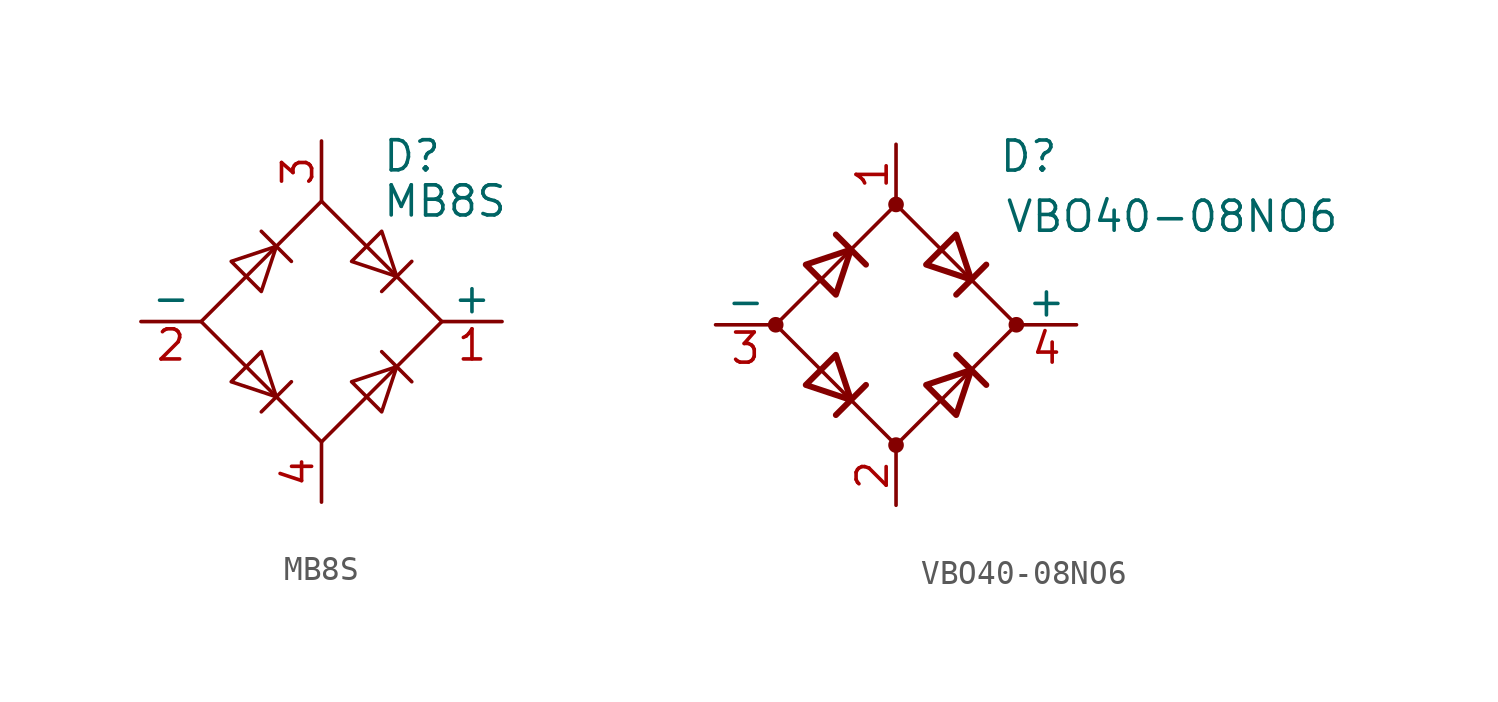
<source format=kicad_sym>
(kicad_symbol_lib
  (version 20241209)
  (generator "kicad_symbol_editor")
  (generator_version "9.0")
  (symbol "MB8S"
    (pin_names
      (offset 0))
    (property "Reference" "D"
      (at 2.54 6.985 0)
      (effects (font (size 1.27 1.27)) (justify left)))
    (property "Value" "MB8S"
      (at 2.54 5.08 0)
      (effects (font (size 1.27 1.27)) (justify left)))
    (symbol "MB8S_0_1"
      (polyline (pts (xy -5.08 0) (xy 0 -5.08) (xy 5.08 0) (xy 0 5.08) (xy -5.08 0)) (stroke (width 0) (type default)) (fill (type none)))
      (polyline (pts (xy -3.81 2.54) (xy -2.54 1.27) (xy -1.905 3.175) (xy -3.81 2.54)) (stroke (width 0) (type default)) (fill (type none)))
      (polyline (pts (xy -2.54 3.81) (xy -1.27 2.54)) (stroke (width 0) (type default)) (fill (type none)))
      (polyline (pts (xy -2.54 -1.27) (xy -3.81 -2.54) (xy -1.905 -3.175) (xy -2.54 -1.27)) (stroke (width 0) (type default)) (fill (type none)))
      (polyline (pts (xy -1.27 -2.54) (xy -2.54 -3.81)) (stroke (width 0) (type default)) (fill (type none)))
      (polyline (pts (xy 1.27 2.54) (xy 2.54 3.81) (xy 3.175 1.905) (xy 1.27 2.54)) (stroke (width 0) (type default)) (fill (type none)))
      (polyline (pts (xy 2.54 1.27) (xy 3.81 2.54)) (stroke (width 0) (type default)) (fill (type none)))
      (polyline (pts (xy 2.54 -1.27) (xy 3.81 -2.54)) (stroke (width 0) (type default)) (fill (type none)))
      (polyline (pts (xy 3.175 -1.905) (xy 1.27 -2.54) (xy 2.54 -3.81) (xy 3.175 -1.905)) (stroke (width 0) (type default)) (fill (type none))))
    (symbol "MB8S_1_1"
      (pin passive line (at -7.62 0 0) (length 2.54) (name "-" (effects (font (size 1.27 1.27)))) (number "2" (effects (font (size 1.27 1.27)))))
      (pin passive line (at 0 7.62 270) (length 2.54) (name "~" (effects (font (size 1.27 1.27)))) (number "3" (effects (font (size 1.27 1.27)))))
      (pin passive line (at 0 -7.62 90) (length 2.54) (name "~" (effects (font (size 1.27 1.27)))) (number "4" (effects (font (size 1.27 1.27)))))
      (pin passive line (at 7.62 0 180) (length 2.54) (name "+" (effects (font (size 1.27 1.27)))) (number "1" (effects (font (size 1.27 1.27)))))))
  (symbol "VBO40-08NO6"
    (pin_names
      (offset 0))
    (property "Reference" "D"
      (at 4.318 7.112 0)
      (effects (font (size 1.27 1.27)) (justify left)))
    (property "Value" "VBO40-08NO6"
      (at 4.572 4.572 0)
      (effects (font (size 1.27 1.27)) (justify left)))
    (symbol "VBO40-08NO6_0_1"
      (circle (center -5.08 0) (radius 0.254) (stroke (width 0) (type default)) (fill (type outline)))
      (polyline (pts (xy -5.08 0) (xy 0 -5.08) (xy 5.08 0) (xy 0 5.08) (xy -5.08 0)) (stroke (width 0) (type default)) (fill (type none)))
      (polyline (pts (xy -3.81 2.54) (xy -2.54 1.27) (xy -1.905 3.175) (xy -3.81 2.54)) (stroke (width 0.254) (type default)) (fill (type none)))
      (polyline (pts (xy -2.54 3.81) (xy -1.27 2.54)) (stroke (width 0.254) (type default)) (fill (type none)))
      (polyline (pts (xy -2.54 -1.27) (xy -3.81 -2.54) (xy -1.905 -3.175) (xy -2.54 -1.27)) (stroke (width 0.254) (type default)) (fill (type none)))
      (polyline (pts (xy -1.27 -2.54) (xy -2.54 -3.81)) (stroke (width 0.254) (type default)) (fill (type none)))
      (circle (center 0 5.08) (radius 0.254) (stroke (width 0) (type default)) (fill (type outline)))
      (circle (center 0 -5.08) (radius 0.254) (stroke (width 0) (type default)) (fill (type outline)))
      (polyline (pts (xy 1.27 2.54) (xy 2.54 3.81) (xy 3.175 1.905) (xy 1.27 2.54)) (stroke (width 0.254) (type default)) (fill (type none)))
      (polyline (pts (xy 2.54 1.27) (xy 3.81 2.54)) (stroke (width 0.254) (type default)) (fill (type none)))
      (polyline (pts (xy 2.54 -1.27) (xy 3.81 -2.54)) (stroke (width 0.254) (type default)) (fill (type none)))
      (polyline (pts (xy 3.175 -1.905) (xy 1.27 -2.54) (xy 2.54 -3.81) (xy 3.175 -1.905)) (stroke (width 0.254) (type default)) (fill (type none)))
      (circle (center 5.08 0) (radius 0.254) (stroke (width 0) (type default)) (fill (type outline))))
    (symbol "VBO40-08NO6_1_1"
      (pin passive line (at -7.62 0 0) (length 2.54) (name "-" (effects (font (size 1.27 1.27)))) (number "3" (effects (font (size 1.27 1.27)))))
      (pin passive line (at 0 7.62 270) (length 2.54) (name "~" (effects (font (size 1.27 1.27)))) (number "1" (effects (font (size 1.27 1.27)))))
      (pin passive line (at 0 -7.62 90) (length 2.54) (name "~" (effects (font (size 1.27 1.27)))) (number "2" (effects (font (size 1.27 1.27)))))
      (pin passive line (at 7.62 0 180) (length 2.54) (name "+" (effects (font (size 1.27 1.27)))) (number "4" (effects (font (size 1.27 1.27))))))))
</source>
